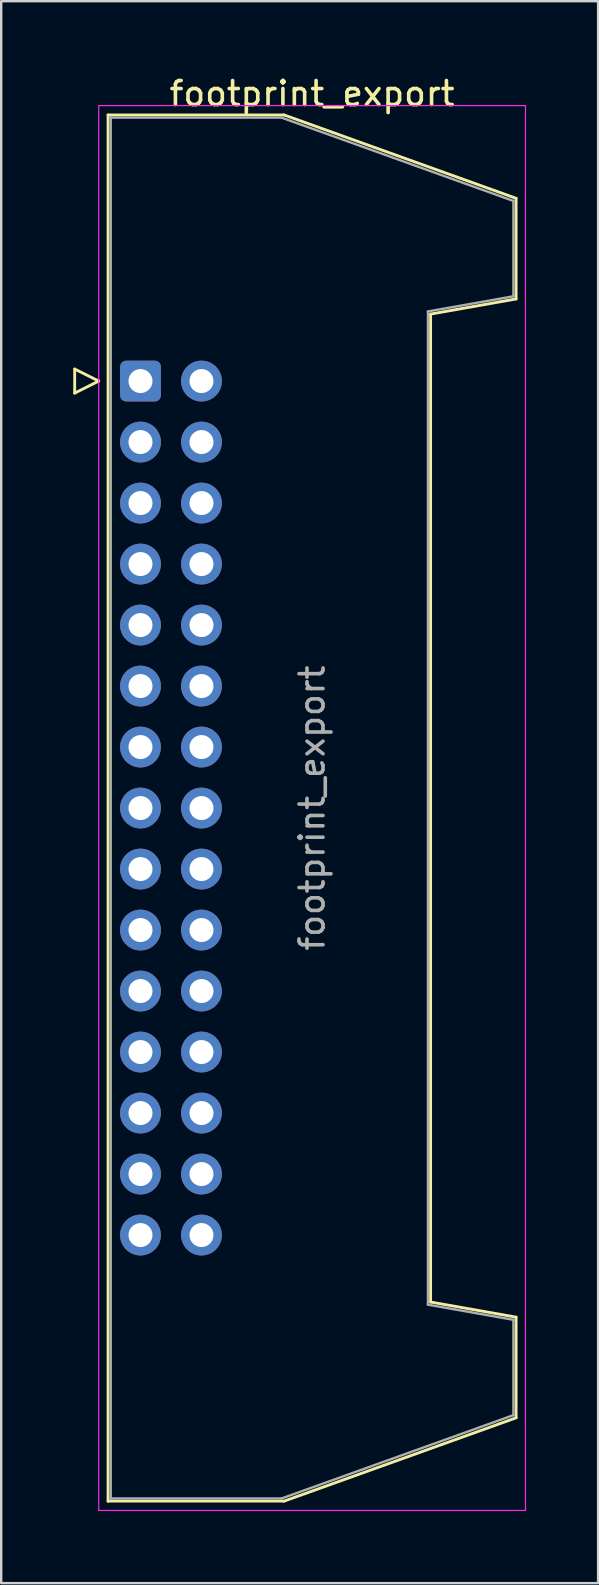
<source format=kicad_pcb>
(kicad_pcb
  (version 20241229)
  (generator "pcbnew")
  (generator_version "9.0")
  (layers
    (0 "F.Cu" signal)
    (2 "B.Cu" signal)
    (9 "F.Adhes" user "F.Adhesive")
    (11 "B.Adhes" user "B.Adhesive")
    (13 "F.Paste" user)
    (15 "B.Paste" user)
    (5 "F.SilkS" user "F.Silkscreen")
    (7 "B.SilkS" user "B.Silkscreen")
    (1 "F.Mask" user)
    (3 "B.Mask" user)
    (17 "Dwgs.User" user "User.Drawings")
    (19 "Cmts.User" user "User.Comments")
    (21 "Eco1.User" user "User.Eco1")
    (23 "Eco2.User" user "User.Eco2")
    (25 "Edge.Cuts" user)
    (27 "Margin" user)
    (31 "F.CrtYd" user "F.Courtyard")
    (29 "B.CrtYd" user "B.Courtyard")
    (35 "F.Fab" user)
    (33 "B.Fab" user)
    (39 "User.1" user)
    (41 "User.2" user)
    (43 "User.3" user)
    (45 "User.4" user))
  (footprint "footprint_export"
    (layer "F.Cu")
    (at 2.8 12.818)
    (property "Reference" "footprint_export" (at 7.145 -11.97 0) (layer "F.SilkS") (effects (font (size 1 1) (thickness 0.15))))
    (attr through_hole)
    (fp_line (start -2.74 -0.5) (end -2.74 0.5) (stroke (width 0.12) (type solid)) (layer "F.SilkS"))
    (fp_line (start -2.74 0.5) (end -1.74 0) (stroke (width 0.12) (type solid)) (layer "F.SilkS"))
    (fp_line (start -1.74 0) (end -2.74 -0.5) (stroke (width 0.12) (type solid)) (layer "F.SilkS"))
    (fp_line (start -1.35 -11.08) (end 5.98 -11.08) (stroke (width 0.12) (type solid)) (layer "F.SilkS"))
    (fp_line (start -1.35 46.64) (end -1.35 -11.08) (stroke (width 0.12) (type solid)) (layer "F.SilkS"))
    (fp_line (start 5.98 -11.08) (end 15.64 -7.61) (stroke (width 0.12) (type solid)) (layer "F.SilkS"))
    (fp_line (start 5.98 46.64) (end -1.35 46.64) (stroke (width 0.12) (type solid)) (layer "F.SilkS"))
    (fp_line (start 12.08 -2.79) (end 12.08 38.35) (stroke (width 0.12) (type solid)) (layer "F.SilkS"))
    (fp_line (start 12.08 38.35) (end 15.64 38.98) (stroke (width 0.12) (type solid)) (layer "F.SilkS"))
    (fp_line (start 15.64 -7.61) (end 15.64 -3.42) (stroke (width 0.12) (type solid)) (layer "F.SilkS"))
    (fp_line (start 15.64 -3.42) (end 12.08 -2.79) (stroke (width 0.12) (type solid)) (layer "F.SilkS"))
    (fp_line (start 15.64 38.98) (end 15.64 43.17) (stroke (width 0.12) (type solid)) (layer "F.SilkS"))
    (fp_line (start 15.64 43.17) (end 5.98 46.64) (stroke (width 0.12) (type solid)) (layer "F.SilkS"))
    (fp_line (start -1.74 -11.47) (end -1.74 47.03) (stroke (width 0.05) (type solid)) (layer "F.CrtYd"))
    (fp_line (start -1.74 47.03) (end 16.03 47.03) (stroke (width 0.05) (type solid)) (layer "F.CrtYd"))
    (fp_line (start 16.03 -11.47) (end -1.74 -11.47) (stroke (width 0.05) (type solid)) (layer "F.CrtYd"))
    (fp_line (start 16.03 47.03) (end 16.03 -11.47) (stroke (width 0.05) (type solid)) (layer "F.CrtYd"))
    (fp_line (start -1.24 -10.97) (end 5.87 -10.97) (stroke (width 0.1) (type solid)) (layer "F.Fab"))
    (fp_line (start -1.24 46.53) (end -1.24 -10.97) (stroke (width 0.1) (type solid)) (layer "F.Fab"))
    (fp_line (start 5.87 -10.97) (end 15.53 -7.5) (stroke (width 0.1) (type solid)) (layer "F.Fab"))
    (fp_line (start 5.87 46.53) (end -1.24 46.53) (stroke (width 0.1) (type solid)) (layer "F.Fab"))
    (fp_line (start 11.97 -2.9) (end 11.97 38.46) (stroke (width 0.1) (type solid)) (layer "F.Fab"))
    (fp_line (start 11.97 38.46) (end 15.53 39.09) (stroke (width 0.1) (type solid)) (layer "F.Fab"))
    (fp_line (start 15.53 -7.5) (end 15.53 -3.53) (stroke (width 0.1) (type solid)) (layer "F.Fab"))
    (fp_line (start 15.53 -3.53) (end 11.97 -2.9) (stroke (width 0.1) (type solid)) (layer "F.Fab"))
    (fp_line (start 15.53 39.09) (end 15.53 43.06) (stroke (width 0.1) (type solid)) (layer "F.Fab"))
    (fp_line (start 15.53 43.06) (end 5.87 46.53) (stroke (width 0.1) (type solid)) (layer "F.Fab"))
    (fp_text user "${REFERENCE}" (at 7.145 17.78 90) (layer "F.Fab") (effects (font (size 1 1) (thickness 0.15))))
    (pad "1" thru_hole roundrect (at 0 0) (size 1.7 1.7) (drill 1) (layers "*.Cu" "*.Mask") (roundrect_rratio 0.147))
    (pad "2" thru_hole circle (at 2.54 0) (size 1.7 1.7) (drill 1) (layers "*.Cu" "*.Mask"))
    (pad "3" thru_hole circle (at 0 2.54) (size 1.7 1.7) (drill 1) (layers "*.Cu" "*.Mask"))
    (pad "4" thru_hole circle (at 2.54 2.54) (size 1.7 1.7) (drill 1) (layers "*.Cu" "*.Mask"))
    (pad "5" thru_hole circle (at 0 5.08) (size 1.7 1.7) (drill 1) (layers "*.Cu" "*.Mask"))
    (pad "6" thru_hole circle (at 2.54 5.08) (size 1.7 1.7) (drill 1) (layers "*.Cu" "*.Mask"))
    (pad "7" thru_hole circle (at 0 7.62) (size 1.7 1.7) (drill 1) (layers "*.Cu" "*.Mask"))
    (pad "8" thru_hole circle (at 2.54 7.62) (size 1.7 1.7) (drill 1) (layers "*.Cu" "*.Mask"))
    (pad "9" thru_hole circle (at 0 10.16) (size 1.7 1.7) (drill 1) (layers "*.Cu" "*.Mask"))
    (pad "10" thru_hole circle (at 2.54 10.16) (size 1.7 1.7) (drill 1) (layers "*.Cu" "*.Mask"))
    (pad "11" thru_hole circle (at 0 12.7) (size 1.7 1.7) (drill 1) (layers "*.Cu" "*.Mask"))
    (pad "12" thru_hole circle (at 2.54 12.7) (size 1.7 1.7) (drill 1) (layers "*.Cu" "*.Mask"))
    (pad "13" thru_hole circle (at 0 15.24) (size 1.7 1.7) (drill 1) (layers "*.Cu" "*.Mask"))
    (pad "14" thru_hole circle (at 2.54 15.24) (size 1.7 1.7) (drill 1) (layers "*.Cu" "*.Mask"))
    (pad "15" thru_hole circle (at 0 17.78) (size 1.7 1.7) (drill 1) (layers "*.Cu" "*.Mask"))
    (pad "16" thru_hole circle (at 2.54 17.78) (size 1.7 1.7) (drill 1) (layers "*.Cu" "*.Mask"))
    (pad "17" thru_hole circle (at 0 20.32) (size 1.7 1.7) (drill 1) (layers "*.Cu" "*.Mask"))
    (pad "18" thru_hole circle (at 2.54 20.32) (size 1.7 1.7) (drill 1) (layers "*.Cu" "*.Mask"))
    (pad "19" thru_hole circle (at 0 22.86) (size 1.7 1.7) (drill 1) (layers "*.Cu" "*.Mask"))
    (pad "20" thru_hole circle (at 2.54 22.86) (size 1.7 1.7) (drill 1) (layers "*.Cu" "*.Mask"))
    (pad "21" thru_hole circle (at 0 25.4) (size 1.7 1.7) (drill 1) (layers "*.Cu" "*.Mask"))
    (pad "22" thru_hole circle (at 2.54 25.4) (size 1.7 1.7) (drill 1) (layers "*.Cu" "*.Mask"))
    (pad "23" thru_hole circle (at 0 27.94) (size 1.7 1.7) (drill 1) (layers "*.Cu" "*.Mask"))
    (pad "24" thru_hole circle (at 2.54 27.94) (size 1.7 1.7) (drill 1) (layers "*.Cu" "*.Mask"))
    (pad "25" thru_hole circle (at 0 30.48) (size 1.7 1.7) (drill 1) (layers "*.Cu" "*.Mask"))
    (pad "26" thru_hole circle (at 2.54 30.48) (size 1.7 1.7) (drill 1) (layers "*.Cu" "*.Mask"))
    (pad "27" thru_hole circle (at 0 33.02) (size 1.7 1.7) (drill 1) (layers "*.Cu" "*.Mask"))
    (pad "28" thru_hole circle (at 2.54 33.02) (size 1.7 1.7) (drill 1) (layers "*.Cu" "*.Mask"))
    (pad "29" thru_hole circle (at 0 35.56) (size 1.7 1.7) (drill 1) (layers "*.Cu" "*.Mask"))
    (pad "30" thru_hole circle (at 2.54 35.56) (size 1.7 1.7) (drill 1) (layers "*.Cu" "*.Mask")))
  (gr_rect
    (start -3 -3)
    (end 21.855 62.873)
    (stroke (width 0.1) (type default))
    (fill no)
    (layer "Edge.Cuts")))
</source>
